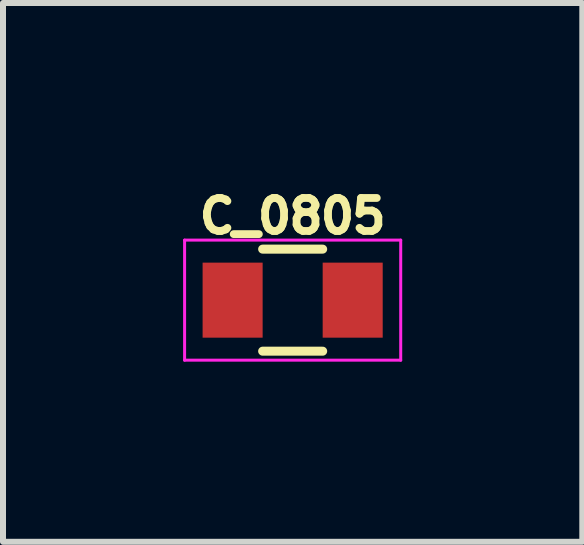
<source format=kicad_pcb>
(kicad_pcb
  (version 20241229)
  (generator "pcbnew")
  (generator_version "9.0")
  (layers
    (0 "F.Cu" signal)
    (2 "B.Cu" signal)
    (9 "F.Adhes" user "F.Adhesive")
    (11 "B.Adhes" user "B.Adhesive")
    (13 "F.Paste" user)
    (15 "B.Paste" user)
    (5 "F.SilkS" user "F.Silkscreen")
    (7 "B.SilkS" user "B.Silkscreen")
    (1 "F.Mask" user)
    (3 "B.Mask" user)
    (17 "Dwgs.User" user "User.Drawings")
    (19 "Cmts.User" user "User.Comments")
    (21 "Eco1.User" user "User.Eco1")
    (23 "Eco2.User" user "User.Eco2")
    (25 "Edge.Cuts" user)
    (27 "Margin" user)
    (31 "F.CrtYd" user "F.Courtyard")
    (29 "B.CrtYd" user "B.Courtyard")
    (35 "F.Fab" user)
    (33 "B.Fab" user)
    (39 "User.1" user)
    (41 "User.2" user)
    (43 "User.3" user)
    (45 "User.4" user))
  (footprint "C_0805"
    (layer "F.Cu")
    (at 1.825 1.95)
    (property "Reference" "C_0805" (at 0 -1.4 0) (layer "F.SilkS") (effects (font (size 0.55 0.55) (thickness 0.13))))
    (attr smd)
    (fp_line (start -0.5 0.85) (end 0.5 0.85) (stroke (width 0.15) (type solid)) (layer "F.SilkS"))
    (fp_line (start 0.5 -0.85) (end -0.5 -0.85) (stroke (width 0.15) (type solid)) (layer "F.SilkS"))
    (fp_line (start -1.8 -1) (end -1.8 1) (stroke (width 0.05) (type solid)) (layer "F.CrtYd"))
    (fp_line (start -1.8 -1) (end 1.8 -1) (stroke (width 0.05) (type solid)) (layer "F.CrtYd"))
    (fp_line (start -1.8 1) (end 1.8 1) (stroke (width 0.05) (type solid)) (layer "F.CrtYd"))
    (fp_line (start 1.8 -1) (end 1.8 1) (stroke (width 0.05) (type solid)) (layer "F.CrtYd"))
    (pad "1" smd rect (at -1 0) (size 1 1.25) (layers "F.Cu" "F.Mask" "F.Paste"))
    (pad "2" smd rect (at 1 0) (size 1 1.25) (layers "F.Cu" "F.Mask" "F.Paste")))
  (gr_rect
    (start -3 -3)
    (end 6.65 5.975)
    (stroke (width 0.1) (type default))
    (fill no)
    (layer "Edge.Cuts")))
</source>
